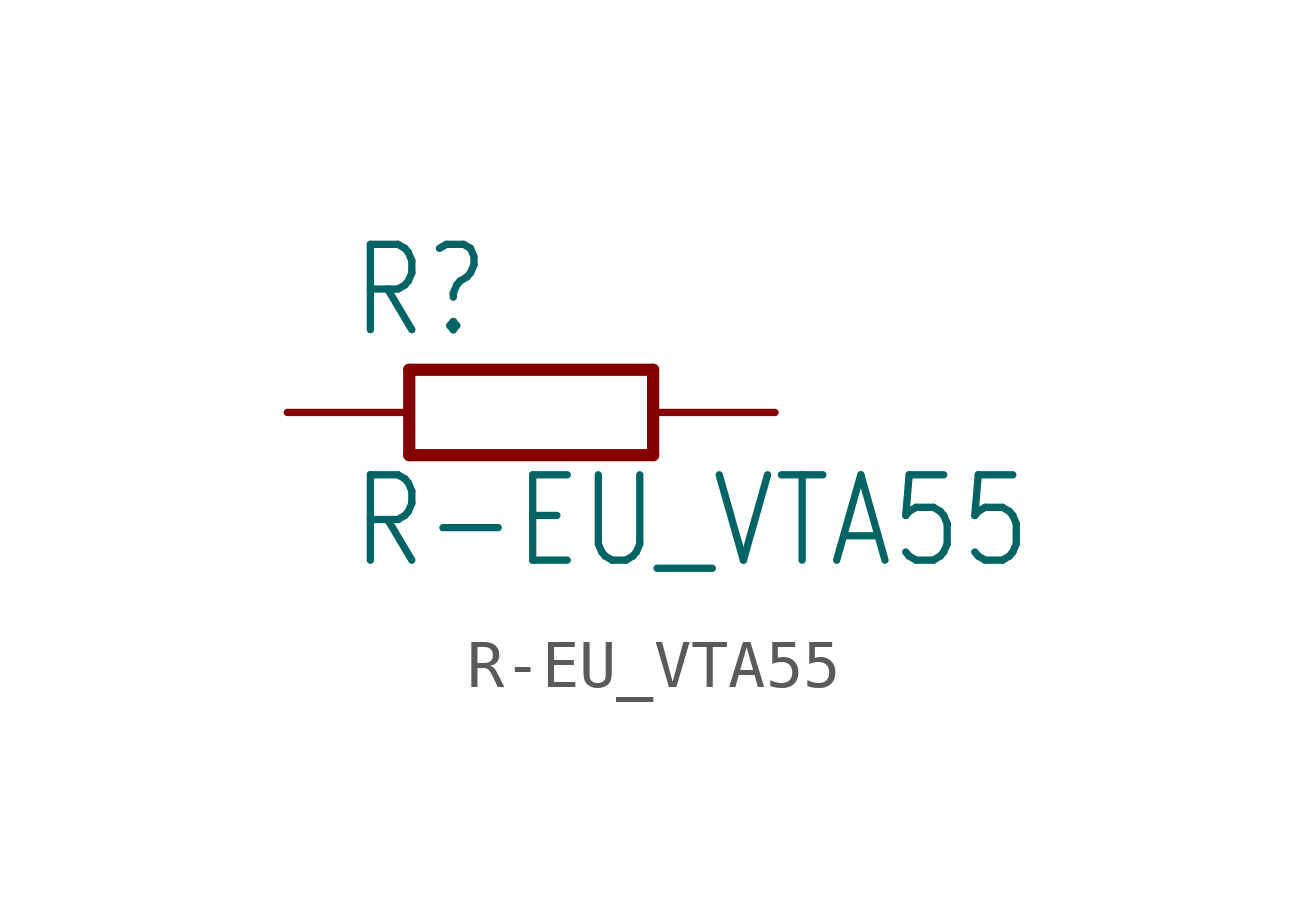
<source format=kicad_sym>
(kicad_symbol_lib
  (version 20201005)
  (generator kicad_symbol_editor)
  (symbol "R-EU_VTA55"
    (property "Reference" "R"
      (at -3.81 1.499 0)
      (effects (font (size 1.778 1.511)) (justify left bottom)))
    (property "Value" "R-EU_VTA55"
      (at -3.81 -3.302 0)
      (effects (font (size 1.778 1.511)) (justify left bottom)))
    (property "ki_locked" ""
      (at 0 0 0)
      (effects (font (size 1.27 1.27))))
    (symbol "R-EU_VTA55_1_0"
      (polyline (pts (xy -2.54 -0.889) (xy 2.54 -0.889)) (stroke (width 0.254)) (fill (type none)))
      (polyline (pts (xy 2.54 0.889) (xy -2.54 0.889)) (stroke (width 0.254)) (fill (type none)))
      (polyline (pts (xy 2.54 -0.889) (xy 2.54 0.889)) (stroke (width 0.254)) (fill (type none)))
      (polyline (pts (xy -2.54 -0.889) (xy -2.54 0.889)) (stroke (width 0.254)) (fill (type none)))
      (pin passive line (at 5.08 0 180) (length 2.54) (name "2" (effects (font (size 0 0)))) (number "2" (effects (font (size 0 0)))))
      (pin passive line (at -5.08 0 0) (length 2.54) (name "1" (effects (font (size 0 0)))) (number "1" (effects (font (size 0 0))))))))
</source>
